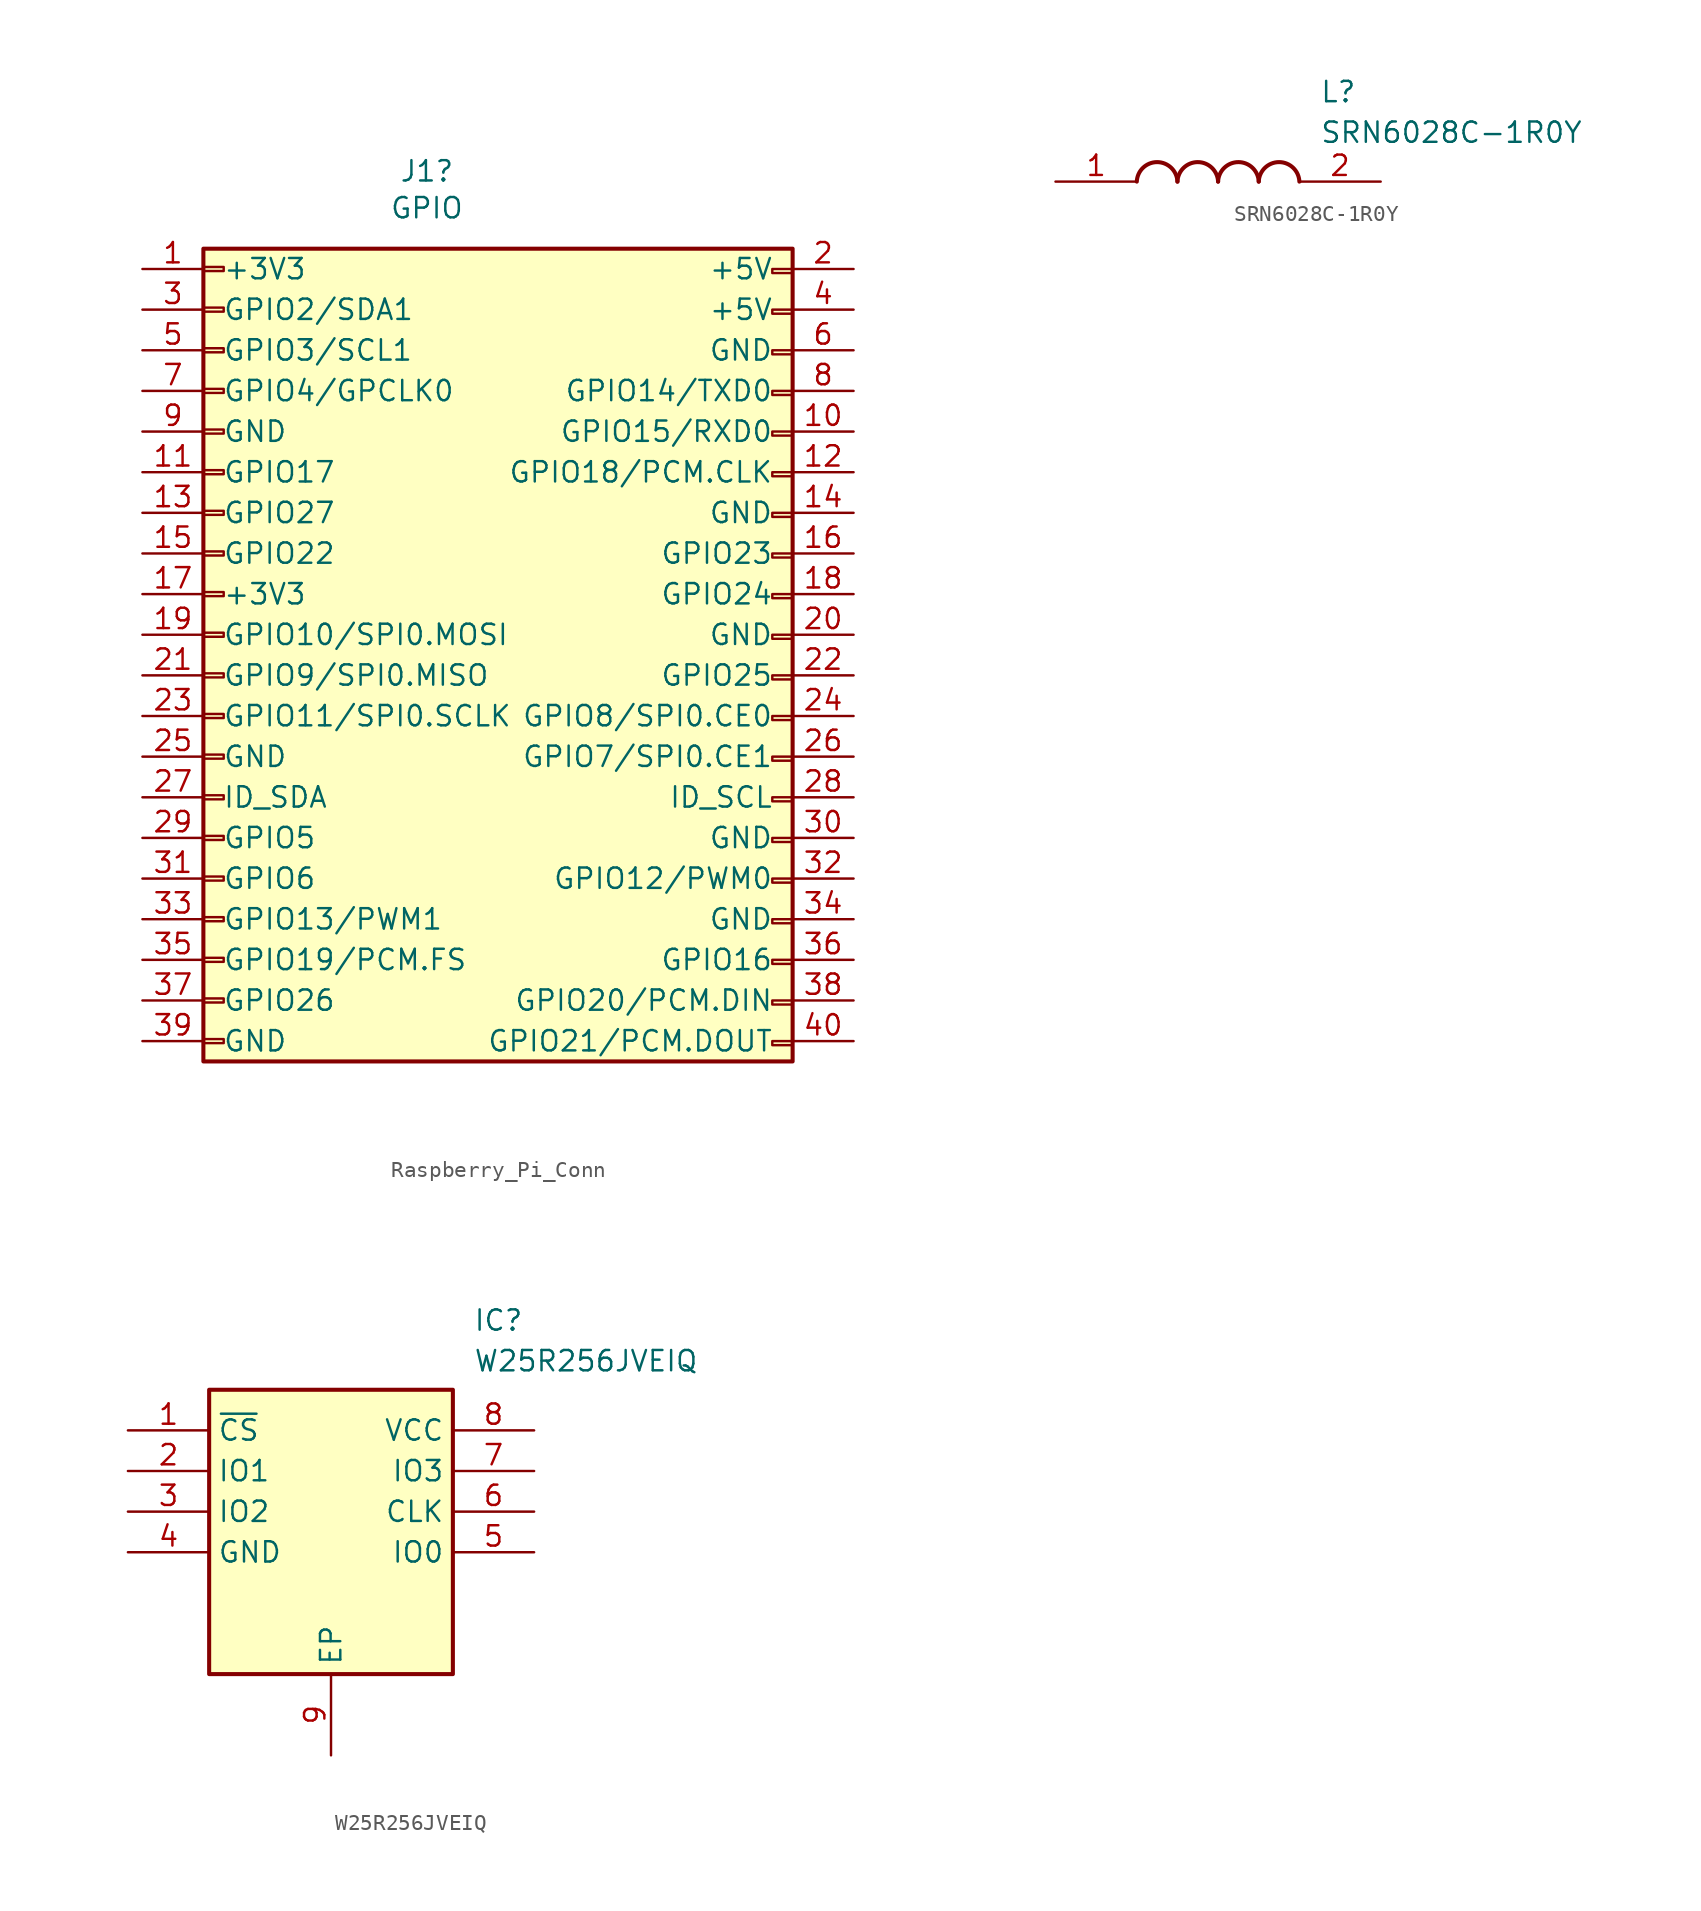
<source format=kicad_sym>
(kicad_symbol_lib
  (version 20220914)
  (generator kicad_symbol_editor)
  (symbol "Raspberry_Pi_Conn"
    (pin_names
      (offset 1.2))
    (property "Reference" "J1"
      (at 12.7 28.975 0)
      (effects (font (size 1.27 1.27))))
    (property "Value" "GPIO"
      (at 12.7 26.67 0)
      (effects (font (size 1.27 1.27))))
    (symbol "Raspberry_Pi_Conn_1_1"
      (rectangle (start -1.27 -25.273) (end 0 -25.527) (stroke (width 0.152) (type default)) (fill (type none)))
      (rectangle (start -1.27 -22.733) (end 0 -22.987) (stroke (width 0.152) (type default)) (fill (type none)))
      (rectangle (start -1.27 -20.193) (end 0 -20.447) (stroke (width 0.152) (type default)) (fill (type none)))
      (rectangle (start -1.27 -17.653) (end 0 -17.907) (stroke (width 0.152) (type default)) (fill (type none)))
      (rectangle (start -1.27 -15.113) (end 0 -15.367) (stroke (width 0.152) (type default)) (fill (type none)))
      (rectangle (start -1.27 -12.573) (end 0 -12.827) (stroke (width 0.152) (type default)) (fill (type none)))
      (rectangle (start -1.27 -10.033) (end 0 -10.287) (stroke (width 0.152) (type default)) (fill (type none)))
      (rectangle (start -1.27 -7.493) (end 0 -7.747) (stroke (width 0.152) (type default)) (fill (type none)))
      (rectangle (start -1.27 -4.953) (end 0 -5.207) (stroke (width 0.152) (type default)) (fill (type none)))
      (rectangle (start -1.27 -2.413) (end 0 -2.667) (stroke (width 0.152) (type default)) (fill (type none)))
      (rectangle (start -1.27 0.127) (end 0 -0.127) (stroke (width 0.152) (type default)) (fill (type none)))
      (rectangle (start -1.27 2.667) (end 0 2.413) (stroke (width 0.152) (type default)) (fill (type none)))
      (rectangle (start -1.27 5.207) (end 0 4.953) (stroke (width 0.152) (type default)) (fill (type none)))
      (rectangle (start -1.27 7.747) (end 0 7.493) (stroke (width 0.152) (type default)) (fill (type none)))
      (rectangle (start -1.27 10.287) (end 0 10.033) (stroke (width 0.152) (type default)) (fill (type none)))
      (rectangle (start -1.27 12.827) (end 0 12.573) (stroke (width 0.152) (type default)) (fill (type none)))
      (rectangle (start -1.27 15.367) (end 0 15.113) (stroke (width 0.152) (type default)) (fill (type none)))
      (rectangle (start -1.27 17.907) (end 0 17.653) (stroke (width 0.152) (type default)) (fill (type none)))
      (rectangle (start -1.27 20.447) (end 0 20.193) (stroke (width 0.152) (type default)) (fill (type none)))
      (rectangle (start -1.27 22.987) (end 0 22.733) (stroke (width 0.152) (type default)) (fill (type none)))
      (rectangle (start -1.27 24.13) (end 35.56 -26.67) (stroke (width 0.254) (type default)) (fill (type background)))
      (rectangle (start 35.56 -25.4) (end 34.29 -25.654) (stroke (width 0.152) (type default)) (fill (type none)))
      (rectangle (start 35.56 -22.86) (end 34.29 -23.114) (stroke (width 0.152) (type default)) (fill (type none)))
      (rectangle (start 35.56 -20.32) (end 34.29 -20.574) (stroke (width 0.152) (type default)) (fill (type none)))
      (rectangle (start 35.56 -17.78) (end 34.29 -18.034) (stroke (width 0.152) (type default)) (fill (type none)))
      (rectangle (start 35.56 -15.24) (end 34.29 -15.494) (stroke (width 0.152) (type default)) (fill (type none)))
      (rectangle (start 35.56 -12.7) (end 34.29 -12.954) (stroke (width 0.152) (type default)) (fill (type none)))
      (rectangle (start 35.56 -10.16) (end 34.29 -10.414) (stroke (width 0.152) (type default)) (fill (type none)))
      (rectangle (start 35.56 -7.62) (end 34.29 -7.874) (stroke (width 0.152) (type default)) (fill (type none)))
      (rectangle (start 35.56 -5.08) (end 34.29 -5.334) (stroke (width 0.152) (type default)) (fill (type none)))
      (rectangle (start 35.56 -2.54) (end 34.29 -2.794) (stroke (width 0.152) (type default)) (fill (type none)))
      (rectangle (start 35.56 0) (end 34.29 -0.254) (stroke (width 0.152) (type default)) (fill (type none)))
      (rectangle (start 35.56 2.54) (end 34.29 2.286) (stroke (width 0.152) (type default)) (fill (type none)))
      (rectangle (start 35.56 5.08) (end 34.29 4.826) (stroke (width 0.152) (type default)) (fill (type none)))
      (rectangle (start 35.56 7.62) (end 34.29 7.366) (stroke (width 0.152) (type default)) (fill (type none)))
      (rectangle (start 35.56 10.16) (end 34.29 9.906) (stroke (width 0.152) (type default)) (fill (type none)))
      (rectangle (start 35.56 12.7) (end 34.29 12.446) (stroke (width 0.152) (type default)) (fill (type none)))
      (rectangle (start 35.56 15.24) (end 34.29 14.986) (stroke (width 0.152) (type default)) (fill (type none)))
      (rectangle (start 35.56 17.78) (end 34.29 17.526) (stroke (width 0.152) (type default)) (fill (type none)))
      (rectangle (start 35.56 20.32) (end 34.29 20.066) (stroke (width 0.152) (type default)) (fill (type none)))
      (rectangle (start 35.56 22.86) (end 34.29 22.606) (stroke (width 0.152) (type default)) (fill (type none)))
      (pin passive line (at -5.08 22.86 0) (length 3.81) (name "+3V3" (effects (font (size 1.27 1.27)))) (number "1" (effects (font (size 1.27 1.27)))))
      (pin passive line (at 39.37 12.7 180) (length 3.81) (name "GPIO15/RXD0" (effects (font (size 1.27 1.27)))) (number "10" (effects (font (size 1.27 1.27)))))
      (pin passive line (at -5.08 10.16 0) (length 3.81) (name "GPIO17" (effects (font (size 1.27 1.27)))) (number "11" (effects (font (size 1.27 1.27)))))
      (pin passive line (at 39.37 10.16 180) (length 3.81) (name "GPIO18/PCM.CLK" (effects (font (size 1.27 1.27)))) (number "12" (effects (font (size 1.27 1.27)))))
      (pin passive line (at -5.08 7.62 0) (length 3.81) (name "GPIO27" (effects (font (size 1.27 1.27)))) (number "13" (effects (font (size 1.27 1.27)))))
      (pin passive line (at 39.37 7.62 180) (length 3.81) (name "GND" (effects (font (size 1.27 1.27)))) (number "14" (effects (font (size 1.27 1.27)))))
      (pin passive line (at -5.08 5.08 0) (length 3.81) (name "GPIO22" (effects (font (size 1.27 1.27)))) (number "15" (effects (font (size 1.27 1.27)))))
      (pin passive line (at 39.37 5.08 180) (length 3.81) (name "GPIO23" (effects (font (size 1.27 1.27)))) (number "16" (effects (font (size 1.27 1.27)))))
      (pin passive line (at -5.08 2.54 0) (length 3.81) (name "+3V3" (effects (font (size 1.27 1.27)))) (number "17" (effects (font (size 1.27 1.27)))))
      (pin passive line (at 39.37 2.54 180) (length 3.81) (name "GPIO24" (effects (font (size 1.27 1.27)))) (number "18" (effects (font (size 1.27 1.27)))))
      (pin passive line (at -5.08 0 0) (length 3.81) (name "GPIO10/SPI0.MOSI" (effects (font (size 1.27 1.27)))) (number "19" (effects (font (size 1.27 1.27)))))
      (pin passive line (at 39.37 22.86 180) (length 3.81) (name "+5V" (effects (font (size 1.27 1.27)))) (number "2" (effects (font (size 1.27 1.27)))))
      (pin passive line (at 39.37 0 180) (length 3.81) (name "GND" (effects (font (size 1.27 1.27)))) (number "20" (effects (font (size 1.27 1.27)))))
      (pin passive line (at -5.08 -2.54 0) (length 3.81) (name "GPIO9/SPI0.MISO" (effects (font (size 1.27 1.27)))) (number "21" (effects (font (size 1.27 1.27)))))
      (pin passive line (at 39.37 -2.54 180) (length 3.81) (name "GPIO25" (effects (font (size 1.27 1.27)))) (number "22" (effects (font (size 1.27 1.27)))))
      (pin passive line (at -5.08 -5.08 0) (length 3.81) (name "GPIO11/SPI0.SCLK" (effects (font (size 1.27 1.27)))) (number "23" (effects (font (size 1.27 1.27)))))
      (pin passive line (at 39.37 -5.08 180) (length 3.81) (name "GPIO8/SPI0.CE0" (effects (font (size 1.27 1.27)))) (number "24" (effects (font (size 1.27 1.27)))))
      (pin passive line (at -5.08 -7.62 0) (length 3.81) (name "GND" (effects (font (size 1.27 1.27)))) (number "25" (effects (font (size 1.27 1.27)))))
      (pin passive line (at 39.37 -7.62 180) (length 3.81) (name "GPIO7/SPI0.CE1" (effects (font (size 1.27 1.27)))) (number "26" (effects (font (size 1.27 1.27)))))
      (pin passive line (at -5.08 -10.16 0) (length 3.81) (name "ID_SDA" (effects (font (size 1.27 1.27)))) (number "27" (effects (font (size 1.27 1.27)))))
      (pin passive line (at 39.37 -10.16 180) (length 3.81) (name "ID_SCL" (effects (font (size 1.27 1.27)))) (number "28" (effects (font (size 1.27 1.27)))))
      (pin passive line (at -5.08 -12.7 0) (length 3.81) (name "GPIO5" (effects (font (size 1.27 1.27)))) (number "29" (effects (font (size 1.27 1.27)))))
      (pin passive line (at -5.08 20.32 0) (length 3.81) (name "GPIO2/SDA1" (effects (font (size 1.27 1.27)))) (number "3" (effects (font (size 1.27 1.27)))))
      (pin passive line (at 39.37 -12.7 180) (length 3.81) (name "GND" (effects (font (size 1.27 1.27)))) (number "30" (effects (font (size 1.27 1.27)))))
      (pin passive line (at -5.08 -15.24 0) (length 3.81) (name "GPIO6" (effects (font (size 1.27 1.27)))) (number "31" (effects (font (size 1.27 1.27)))))
      (pin passive line (at 39.37 -15.24 180) (length 3.81) (name "GPIO12/PWM0" (effects (font (size 1.27 1.27)))) (number "32" (effects (font (size 1.27 1.27)))))
      (pin passive line (at -5.08 -17.78 0) (length 3.81) (name "GPIO13/PWM1" (effects (font (size 1.27 1.27)))) (number "33" (effects (font (size 1.27 1.27)))))
      (pin passive line (at 39.37 -17.78 180) (length 3.81) (name "GND" (effects (font (size 1.27 1.27)))) (number "34" (effects (font (size 1.27 1.27)))))
      (pin passive line (at -5.08 -20.32 0) (length 3.81) (name "GPIO19/PCM.FS" (effects (font (size 1.27 1.27)))) (number "35" (effects (font (size 1.27 1.27)))))
      (pin passive line (at 39.37 -20.32 180) (length 3.81) (name "GPIO16" (effects (font (size 1.27 1.27)))) (number "36" (effects (font (size 1.27 1.27)))))
      (pin passive line (at -5.08 -22.86 0) (length 3.81) (name "GPIO26" (effects (font (size 1.27 1.27)))) (number "37" (effects (font (size 1.27 1.27)))))
      (pin passive line (at 39.37 -22.86 180) (length 3.81) (name "GPIO20/PCM.DIN" (effects (font (size 1.27 1.27)))) (number "38" (effects (font (size 1.27 1.27)))))
      (pin passive line (at -5.08 -25.4 0) (length 3.81) (name "GND" (effects (font (size 1.27 1.27)))) (number "39" (effects (font (size 1.27 1.27)))))
      (pin passive line (at 39.37 20.32 180) (length 3.81) (name "+5V" (effects (font (size 1.27 1.27)))) (number "4" (effects (font (size 1.27 1.27)))))
      (pin passive line (at 39.37 -25.4 180) (length 3.81) (name "GPIO21/PCM.DOUT" (effects (font (size 1.27 1.27)))) (number "40" (effects (font (size 1.27 1.27)))))
      (pin passive line (at -5.08 17.78 0) (length 3.81) (name "GPIO3/SCL1" (effects (font (size 1.27 1.27)))) (number "5" (effects (font (size 1.27 1.27)))))
      (pin passive line (at 39.37 17.78 180) (length 3.81) (name "GND" (effects (font (size 1.27 1.27)))) (number "6" (effects (font (size 1.27 1.27)))))
      (pin passive line (at -5.08 15.24 0) (length 3.81) (name "GPIO4/GPCLK0" (effects (font (size 1.27 1.27)))) (number "7" (effects (font (size 1.27 1.27)))))
      (pin passive line (at 39.37 15.24 180) (length 3.81) (name "GPIO14/TXD0" (effects (font (size 1.27 1.27)))) (number "8" (effects (font (size 1.27 1.27)))))
      (pin passive line (at -5.08 12.7 0) (length 3.81) (name "GND" (effects (font (size 1.27 1.27)))) (number "9" (effects (font (size 1.27 1.27)))))))
  (symbol "SRN6028C-1R0Y"
    (pin_names hide)
    (property "Reference" "L"
      (at 16.51 6.35 0)
      (effects (font (size 1.27 1.27)) (justify left top)))
    (property "Value" "SRN6028C-1R0Y"
      (at 16.51 3.81 0)
      (effects (font (size 1.27 1.27)) (justify left top)))
    (symbol "SRN6028C-1R0Y_1_1"
      (arc (start 7.62 0) (mid 6.35 1.219) (end 5.08 0) (stroke (width 0.254) (type default)) (fill (type none)))
      (arc (start 10.16 0) (mid 8.89 1.219) (end 7.62 0) (stroke (width 0.254) (type default)) (fill (type none)))
      (arc (start 12.7 0) (mid 11.43 1.219) (end 10.16 0) (stroke (width 0.254) (type default)) (fill (type none)))
      (arc (start 15.24 0) (mid 13.97 1.219) (end 12.7 0) (stroke (width 0.254) (type default)) (fill (type none)))
      (pin passive line (at 0 0 0) (length 5.08) (name "1" (effects (font (size 1.27 1.27)))) (number "1" (effects (font (size 1.27 1.27)))))
      (pin passive line (at 20.32 0 180) (length 5.08) (name "2" (effects (font (size 1.27 1.27)))) (number "2" (effects (font (size 1.27 1.27)))))))
  (symbol "W25R256JVEIQ"
    (property "Reference" "IC"
      (at 21.59 7.62 0)
      (effects (font (size 1.27 1.27)) (justify left top)))
    (property "Value" "W25R256JVEIQ"
      (at 21.59 5.08 0)
      (effects (font (size 1.27 1.27)) (justify left top)))
    (symbol "W25R256JVEIQ_1_1"
      (rectangle (start 5.08 2.54) (end 20.32 -15.24) (stroke (width 0.254) (type default)) (fill (type background)))
      (pin passive line (at 0 0 0) (length 5.08) (name "~{CS}" (effects (font (size 1.27 1.27)))) (number "1" (effects (font (size 1.27 1.27)))))
      (pin passive line (at 0 -2.54 0) (length 5.08) (name "IO1" (effects (font (size 1.27 1.27)))) (number "2" (effects (font (size 1.27 1.27)))))
      (pin passive line (at 0 -5.08 0) (length 5.08) (name "IO2" (effects (font (size 1.27 1.27)))) (number "3" (effects (font (size 1.27 1.27)))))
      (pin passive line (at 0 -7.62 0) (length 5.08) (name "GND" (effects (font (size 1.27 1.27)))) (number "4" (effects (font (size 1.27 1.27)))))
      (pin passive line (at 25.4 -7.62 180) (length 5.08) (name "IO0" (effects (font (size 1.27 1.27)))) (number "5" (effects (font (size 1.27 1.27)))))
      (pin passive line (at 25.4 -5.08 180) (length 5.08) (name "CLK" (effects (font (size 1.27 1.27)))) (number "6" (effects (font (size 1.27 1.27)))))
      (pin passive line (at 25.4 -2.54 180) (length 5.08) (name "IO3" (effects (font (size 1.27 1.27)))) (number "7" (effects (font (size 1.27 1.27)))))
      (pin passive line (at 25.4 0 180) (length 5.08) (name "VCC" (effects (font (size 1.27 1.27)))) (number "8" (effects (font (size 1.27 1.27)))))
      (pin passive line (at 12.7 -20.32 90) (length 5.08) (name "EP" (effects (font (size 1.27 1.27)))) (number "9" (effects (font (size 1.27 1.27))))))))
</source>
